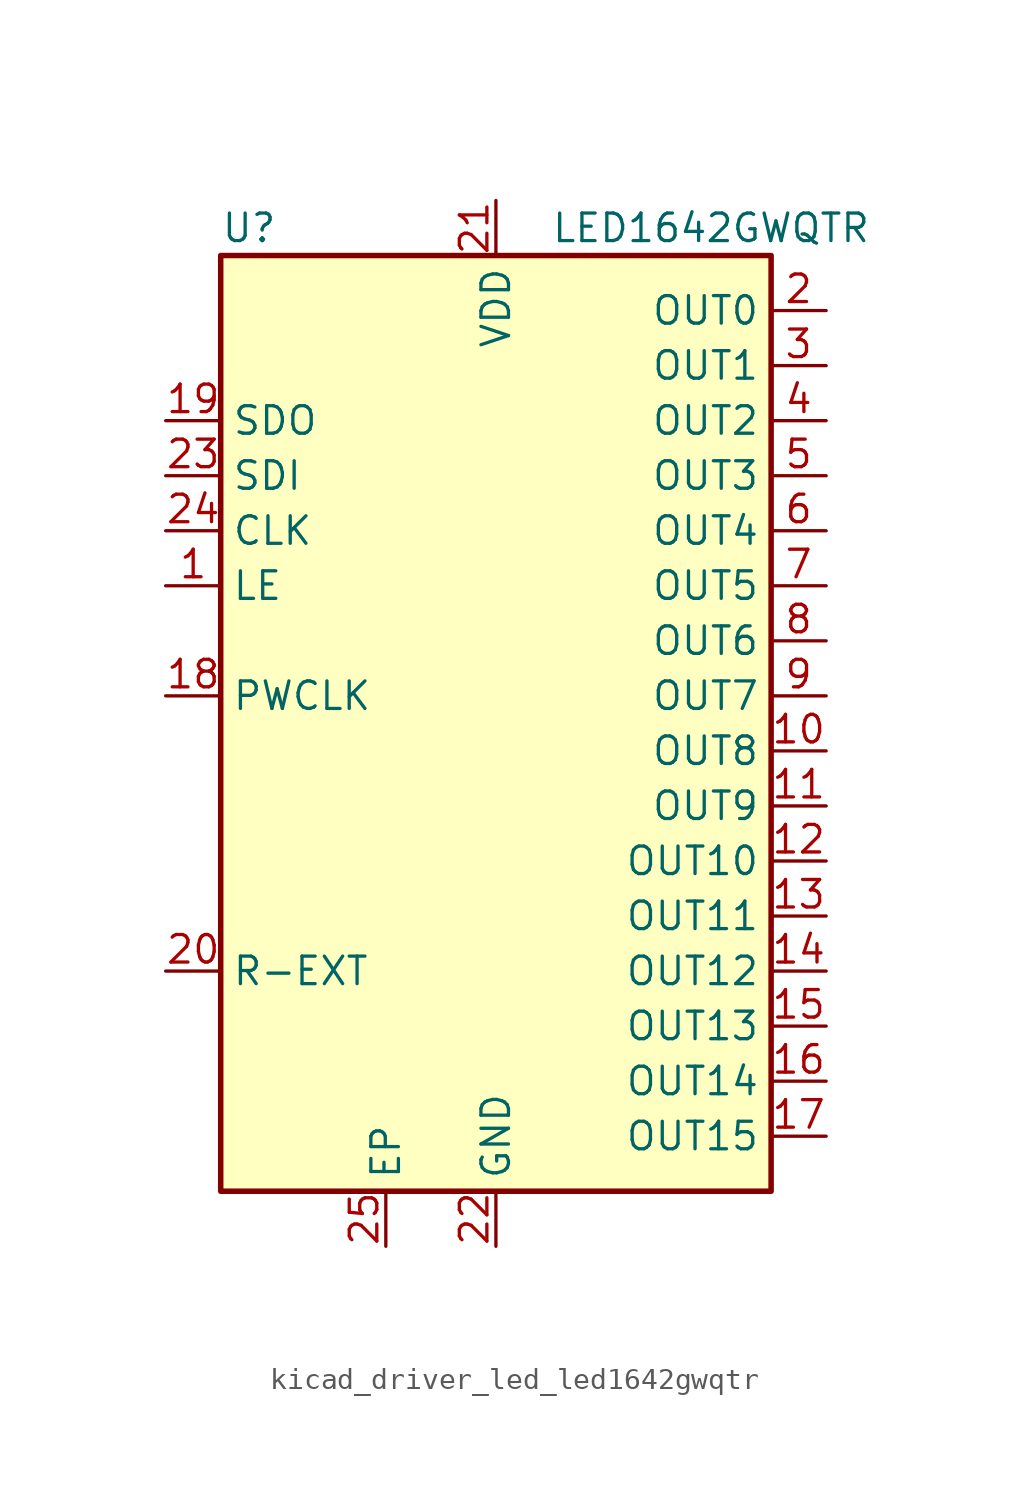
<source format=kicad_sym>
(kicad_symbol_lib
  (version 20220914)
  (generator kicad_symbol_editor)
  (symbol "kicad_driver_led_led1642gwqtr"
    (property "Reference" "U"
      (at -12.7 21.59 0)
      (effects (font (size 1.27 1.27)) (justify left)))
    (property "Value" "LED1642GWQTR"
      (at 2.54 21.59 0)
      (effects (font (size 1.27 1.27)) (justify left)))
    (symbol "kicad_driver_led_led1642gwqtr_0_1"
      (rectangle (start -12.7 20.32) (end 12.7 -22.86) (stroke (width 0.254) (type default)) (fill (type background))))
    (symbol "kicad_driver_led_led1642gwqtr_1_1"
      (pin input line (at -15.24 5.08 0) (length 2.54) (name "LE" (effects (font (size 1.27 1.27)))) (number "1" (effects (font (size 1.27 1.27)))))
      (pin output line (at 15.24 -2.54 180) (length 2.54) (name "OUT8" (effects (font (size 1.27 1.27)))) (number "10" (effects (font (size 1.27 1.27)))))
      (pin output line (at 15.24 -5.08 180) (length 2.54) (name "OUT9" (effects (font (size 1.27 1.27)))) (number "11" (effects (font (size 1.27 1.27)))))
      (pin output line (at 15.24 -7.62 180) (length 2.54) (name "OUT10" (effects (font (size 1.27 1.27)))) (number "12" (effects (font (size 1.27 1.27)))))
      (pin output line (at 15.24 -10.16 180) (length 2.54) (name "OUT11" (effects (font (size 1.27 1.27)))) (number "13" (effects (font (size 1.27 1.27)))))
      (pin output line (at 15.24 -12.7 180) (length 2.54) (name "OUT12" (effects (font (size 1.27 1.27)))) (number "14" (effects (font (size 1.27 1.27)))))
      (pin output line (at 15.24 -15.24 180) (length 2.54) (name "OUT13" (effects (font (size 1.27 1.27)))) (number "15" (effects (font (size 1.27 1.27)))))
      (pin output line (at 15.24 -17.78 180) (length 2.54) (name "OUT14" (effects (font (size 1.27 1.27)))) (number "16" (effects (font (size 1.27 1.27)))))
      (pin output line (at 15.24 -20.32 180) (length 2.54) (name "OUT15" (effects (font (size 1.27 1.27)))) (number "17" (effects (font (size 1.27 1.27)))))
      (pin input line (at -15.24 0 0) (length 2.54) (name "PWCLK" (effects (font (size 1.27 1.27)))) (number "18" (effects (font (size 1.27 1.27)))))
      (pin output line (at -15.24 12.7 0) (length 2.54) (name "SDO" (effects (font (size 1.27 1.27)))) (number "19" (effects (font (size 1.27 1.27)))))
      (pin output line (at 15.24 17.78 180) (length 2.54) (name "OUT0" (effects (font (size 1.27 1.27)))) (number "2" (effects (font (size 1.27 1.27)))))
      (pin passive line (at -15.24 -12.7 0) (length 2.54) (name "R-EXT" (effects (font (size 1.27 1.27)))) (number "20" (effects (font (size 1.27 1.27)))))
      (pin power_in line (at 0 22.86 270) (length 2.54) (name "VDD" (effects (font (size 1.27 1.27)))) (number "21" (effects (font (size 1.27 1.27)))))
      (pin power_in line (at 0 -25.4 90) (length 2.54) (name "GND" (effects (font (size 1.27 1.27)))) (number "22" (effects (font (size 1.27 1.27)))))
      (pin input line (at -15.24 10.16 0) (length 2.54) (name "SDI" (effects (font (size 1.27 1.27)))) (number "23" (effects (font (size 1.27 1.27)))))
      (pin input line (at -15.24 7.62 0) (length 2.54) (name "CLK" (effects (font (size 1.27 1.27)))) (number "24" (effects (font (size 1.27 1.27)))))
      (pin passive line (at -5.08 -25.4 90) (length 2.54) (name "EP" (effects (font (size 1.27 1.27)))) (number "25" (effects (font (size 1.27 1.27)))))
      (pin output line (at 15.24 15.24 180) (length 2.54) (name "OUT1" (effects (font (size 1.27 1.27)))) (number "3" (effects (font (size 1.27 1.27)))))
      (pin output line (at 15.24 12.7 180) (length 2.54) (name "OUT2" (effects (font (size 1.27 1.27)))) (number "4" (effects (font (size 1.27 1.27)))))
      (pin output line (at 15.24 10.16 180) (length 2.54) (name "OUT3" (effects (font (size 1.27 1.27)))) (number "5" (effects (font (size 1.27 1.27)))))
      (pin output line (at 15.24 7.62 180) (length 2.54) (name "OUT4" (effects (font (size 1.27 1.27)))) (number "6" (effects (font (size 1.27 1.27)))))
      (pin output line (at 15.24 5.08 180) (length 2.54) (name "OUT5" (effects (font (size 1.27 1.27)))) (number "7" (effects (font (size 1.27 1.27)))))
      (pin output line (at 15.24 2.54 180) (length 2.54) (name "OUT6" (effects (font (size 1.27 1.27)))) (number "8" (effects (font (size 1.27 1.27)))))
      (pin output line (at 15.24 0 180) (length 2.54) (name "OUT7" (effects (font (size 1.27 1.27)))) (number "9" (effects (font (size 1.27 1.27))))))))
</source>
